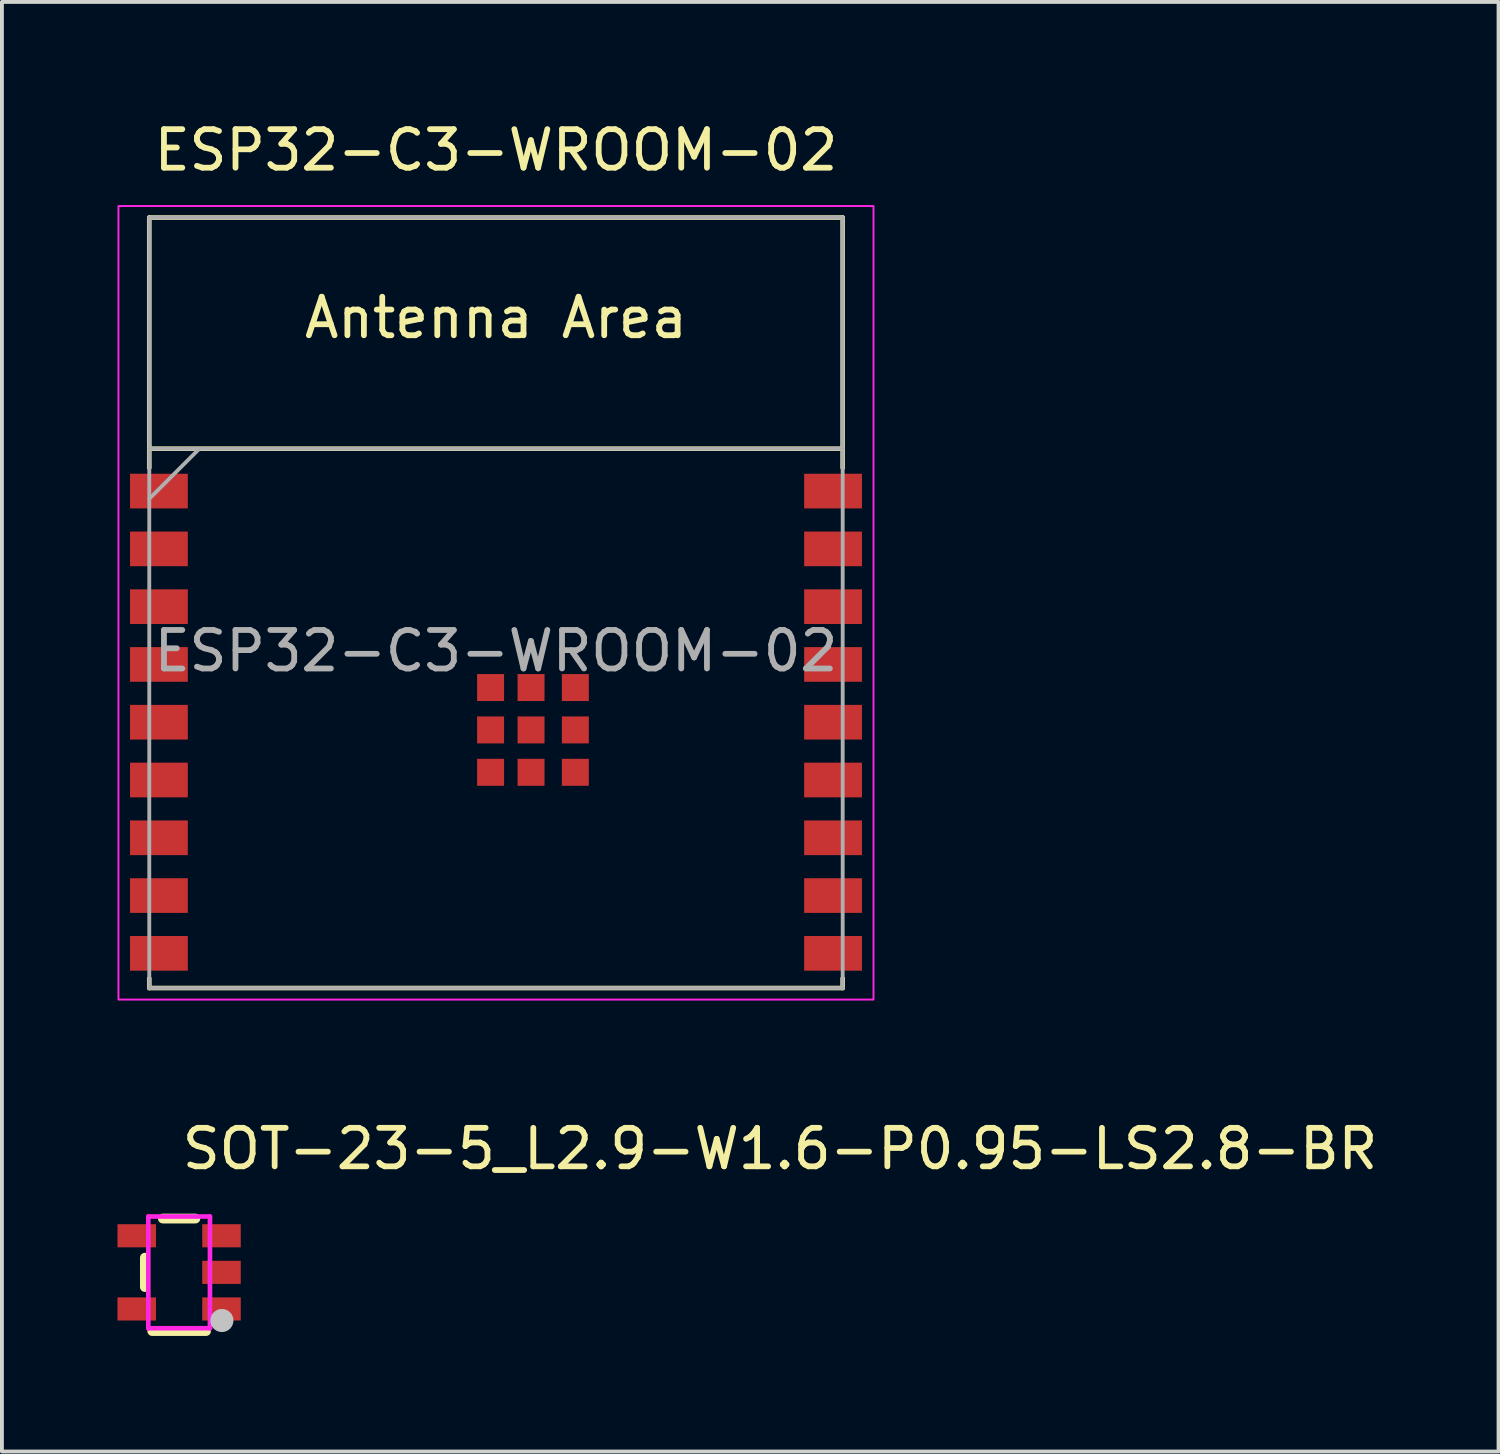
<source format=kicad_pcb>
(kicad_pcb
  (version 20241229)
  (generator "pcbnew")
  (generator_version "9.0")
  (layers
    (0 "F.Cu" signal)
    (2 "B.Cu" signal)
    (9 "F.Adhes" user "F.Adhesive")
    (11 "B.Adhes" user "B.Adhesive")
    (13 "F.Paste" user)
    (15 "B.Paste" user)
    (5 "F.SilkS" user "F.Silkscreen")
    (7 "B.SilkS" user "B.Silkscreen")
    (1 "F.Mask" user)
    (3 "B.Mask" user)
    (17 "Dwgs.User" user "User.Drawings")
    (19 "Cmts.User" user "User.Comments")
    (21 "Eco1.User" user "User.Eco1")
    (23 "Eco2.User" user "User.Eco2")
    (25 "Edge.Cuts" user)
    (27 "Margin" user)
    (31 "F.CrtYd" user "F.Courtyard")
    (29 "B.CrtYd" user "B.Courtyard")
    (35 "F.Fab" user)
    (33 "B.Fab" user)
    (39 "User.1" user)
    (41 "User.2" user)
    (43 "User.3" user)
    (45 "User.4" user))
  (footprint "ESP32-C3-WROOM-02"
    (layer "F.Cu")
    (at 9.825 15.598)
    (property "Reference" "ESP32-C3-WROOM-02" (at 0 -14.75 0) (layer "F.SilkS") (effects (font (size 1 1) (thickness 0.15))))
    (attr smd)
    (fp_line (start -9 -13) (end -9 -6.5) (stroke (width 0.12) (type solid)) (layer "F.SilkS"))
    (fp_line (start -9 -13) (end 9 -13) (stroke (width 0.12) (type solid)) (layer "F.SilkS"))
    (fp_line (start -9 7) (end -9 6.75) (stroke (width 0.12) (type solid)) (layer "F.SilkS"))
    (fp_line (start 9 -13) (end 9 -6.5) (stroke (width 0.12) (type solid)) (layer "F.SilkS"))
    (fp_line (start 9 -7) (end -8.95 -7) (stroke (width 0.12) (type solid)) (layer "F.SilkS"))
    (fp_line (start 9 6.75) (end 9 7) (stroke (width 0.12) (type solid)) (layer "F.SilkS"))
    (fp_line (start 9 7) (end -9 7) (stroke (width 0.12) (type solid)) (layer "F.SilkS"))
    (fp_poly (pts (xy 9.8 7.3) (xy -9.8 7.3) (xy -9.8 -13.3) (xy 9.8 -13.3)) (stroke (width 0.05) (type solid)) (fill no) (layer "F.CrtYd"))
    (fp_line (start -9 -13) (end 9 -13) (stroke (width 0.1) (type solid)) (layer "F.Fab"))
    (fp_line (start -9 -7) (end 9 -7) (stroke (width 0.1) (type solid)) (layer "F.Fab"))
    (fp_line (start -9 7) (end -9 -13) (stroke (width 0.1) (type solid)) (layer "F.Fab"))
    (fp_line (start -7.7 -7) (end -9 -5.7) (stroke (width 0.1) (type solid)) (layer "F.Fab"))
    (fp_line (start 9 -13) (end 9 7) (stroke (width 0.1) (type solid)) (layer "F.Fab"))
    (fp_line (start 9 7) (end -9 7) (stroke (width 0.1) (type solid)) (layer "F.Fab"))
    (fp_text user "Antenna Area" (at 0 -10.4 0) (layer "F.SilkS") (effects (font (size 1 1) (thickness 0.15))))
    (fp_text user "${REFERENCE}" (at 0 -1.75 0) (layer "F.Fab") (effects (font (size 1 1) (thickness 0.15))))
    (pad "1" smd rect (at -8.75 -5.9) (size 1.5 0.9) (layers "F.Cu" "F.Mask" "F.Paste"))
    (pad "2" smd rect (at -8.75 -4.4) (size 1.5 0.9) (layers "F.Cu" "F.Mask" "F.Paste"))
    (pad "3" smd rect (at -8.75 -2.9) (size 1.5 0.9) (layers "F.Cu" "F.Mask" "F.Paste"))
    (pad "4" smd rect (at -8.75 -1.4) (size 1.5 0.9) (layers "F.Cu" "F.Mask" "F.Paste"))
    (pad "5" smd rect (at -8.75 0.1) (size 1.5 0.9) (layers "F.Cu" "F.Mask" "F.Paste"))
    (pad "6" smd rect (at -8.75 1.6) (size 1.5 0.9) (layers "F.Cu" "F.Mask" "F.Paste"))
    (pad "7" smd rect (at -8.75 3.1) (size 1.5 0.9) (layers "F.Cu" "F.Mask" "F.Paste"))
    (pad "8" smd rect (at -8.75 4.6) (size 1.5 0.9) (layers "F.Cu" "F.Mask" "F.Paste"))
    (pad "9" smd rect (at -8.75 6.1) (size 1.5 0.9) (layers "F.Cu" "F.Mask" "F.Paste"))
    (pad "10" smd rect (at 8.75 6.1 180) (size 1.5 0.9) (layers "F.Cu" "F.Mask" "F.Paste"))
    (pad "11" smd rect (at 8.75 4.6 180) (size 1.5 0.9) (layers "F.Cu" "F.Mask" "F.Paste"))
    (pad "12" smd rect (at 8.75 3.1 180) (size 1.5 0.9) (layers "F.Cu" "F.Mask" "F.Paste"))
    (pad "13" smd rect (at 8.75 1.6 180) (size 1.5 0.9) (layers "F.Cu" "F.Mask" "F.Paste"))
    (pad "14" smd rect (at 8.75 0.1 180) (size 1.5 0.9) (layers "F.Cu" "F.Mask" "F.Paste"))
    (pad "15" smd rect (at 8.75 -1.4 180) (size 1.5 0.9) (layers "F.Cu" "F.Mask" "F.Paste"))
    (pad "16" smd rect (at 8.75 -2.9 180) (size 1.5 0.9) (layers "F.Cu" "F.Mask" "F.Paste"))
    (pad "17" smd rect (at 8.75 -4.4 180) (size 1.5 0.9) (layers "F.Cu" "F.Mask" "F.Paste"))
    (pad "18" smd rect (at 8.75 -5.9 180) (size 1.5 0.9) (layers "F.Cu" "F.Mask" "F.Paste"))
    (pad "19" smd rect (at -0.14 -0.8 180) (size 0.7 0.7) (layers "F.Cu" "F.Mask" "F.Paste"))
    (pad "19" smd rect (at -0.14 0.3 180) (size 0.7 0.7) (layers "F.Cu" "F.Mask" "F.Paste"))
    (pad "19" smd rect (at -0.14 1.4 180) (size 0.7 0.7) (layers "F.Cu" "F.Mask" "F.Paste"))
    (pad "19" smd rect (at 0.91 -0.8 180) (size 0.7 0.7) (layers "F.Cu" "F.Mask" "F.Paste"))
    (pad "19" smd rect (at 0.91 0.3 180) (size 0.7 0.7) (layers "F.Cu" "F.Mask" "F.Paste"))
    (pad "19" smd rect (at 0.91 1.4 180) (size 0.7 0.7) (layers "F.Cu" "F.Mask" "F.Paste"))
    (pad "19" smd rect (at 2.06 -0.8 180) (size 0.7 0.7) (layers "F.Cu" "F.Mask" "F.Paste"))
    (pad "19" smd rect (at 2.06 0.3 180) (size 0.7 0.7) (layers "F.Cu" "F.Mask" "F.Paste"))
    (pad "19" smd rect (at 2.06 1.4 180) (size 0.7 0.7) (layers "F.Cu" "F.Mask" "F.Paste"))
    (zone (net_name "") (layers "F.Cu" "B.Cu") (name "antenna keepout") (hatch edge 0.508) (connect_pads) (min_thickness 0.254) (filled_areas_thickness no) (keepout (tracks not_allowed) (vias not_allowed) (pads not_allowed) (copperpour not_allowed) (footprints not_allowed)) (placement (enabled no)) (fill) (polygon (pts (xy 18.825 8.598) (xy 0.825 8.598) (xy 0.825 2.598) (xy 18.825 2.598)))))
  (footprint "SOT-23-5_L2.9-W1.6-P0.95-LS2.8-BR"
    (layer "F.Cu")
    (at 1.6 29.979)
    (property "Reference" "SOT-23-5_L2.9-W1.6-P0.95-LS2.8-BR" (at 0 -3.207 0) (layer "F.SilkS") (effects (font (size 1 1) (thickness 0.15)) (justify left)))
    (attr through_hole)
    (fp_line (start -0.889 0.381) (end -0.889 -0.381) (stroke (width 0.254) (type solid)) (layer "F.SilkS"))
    (fp_line (start -0.698 1.524) (end 0.698 1.524) (stroke (width 0.254) (type solid)) (layer "F.SilkS"))
    (fp_line (start -0.422 -1.397) (end 0.422 -1.397) (stroke (width 0.254) (type solid)) (layer "F.SilkS"))
    (fp_circle (center 1.11 1.25) (end 1.26 1.25) (stroke (width 0.3) (type solid)) (fill no) (layer "Dwgs.User"))
    (fp_line (start -0.96 -1.15) (end -0.79 -1.15) (stroke (width 0.12) (type solid)) (layer "Eco2.User"))
    (fp_line (start -0.96 -0.75) (end -0.96 -1.15) (stroke (width 0.12) (type solid)) (layer "Eco2.User"))
    (fp_line (start -0.96 0.75) (end -0.79 0.75) (stroke (width 0.12) (type solid)) (layer "Eco2.User"))
    (fp_line (start -0.96 1.15) (end -0.96 0.75) (stroke (width 0.12) (type solid)) (layer "Eco2.User"))
    (fp_line (start -0.79 -1.15) (end -0.79 -0.75) (stroke (width 0.12) (type solid)) (layer "Eco2.User"))
    (fp_line (start -0.79 -0.75) (end -0.96 -0.75) (stroke (width 0.12) (type solid)) (layer "Eco2.User"))
    (fp_line (start -0.79 0.75) (end -0.79 1.15) (stroke (width 0.12) (type solid)) (layer "Eco2.User"))
    (fp_line (start -0.79 1.15) (end -0.96 1.15) (stroke (width 0.12) (type solid)) (layer "Eco2.User"))
    (fp_line (start 0.79 -1.15) (end 0.96 -1.15) (stroke (width 0.12) (type solid)) (layer "Eco2.User"))
    (fp_line (start 0.79 -0.75) (end 0.79 -1.15) (stroke (width 0.12) (type solid)) (layer "Eco2.User"))
    (fp_line (start 0.79 -0.2) (end 0.96 -0.2) (stroke (width 0.12) (type solid)) (layer "Eco2.User"))
    (fp_line (start 0.79 0.2) (end 0.79 -0.2) (stroke (width 0.12) (type solid)) (layer "Eco2.User"))
    (fp_line (start 0.79 0.75) (end 0.96 0.75) (stroke (width 0.12) (type solid)) (layer "Eco2.User"))
    (fp_line (start 0.79 1.15) (end 0.79 0.75) (stroke (width 0.12) (type solid)) (layer "Eco2.User"))
    (fp_line (start 0.96 -1.15) (end 0.96 -0.75) (stroke (width 0.12) (type solid)) (layer "Eco2.User"))
    (fp_line (start 0.96 -0.75) (end 0.79 -0.75) (stroke (width 0.12) (type solid)) (layer "Eco2.User"))
    (fp_line (start 0.96 -0.2) (end 0.96 0.2) (stroke (width 0.12) (type solid)) (layer "Eco2.User"))
    (fp_line (start 0.96 0.2) (end 0.79 0.2) (stroke (width 0.12) (type solid)) (layer "Eco2.User"))
    (fp_line (start 0.96 0.75) (end 0.96 1.15) (stroke (width 0.12) (type solid)) (layer "Eco2.User"))
    (fp_line (start 0.96 1.15) (end 0.79 1.15) (stroke (width 0.12) (type solid)) (layer "Eco2.User"))
    (fp_circle (center 1.4 1.45) (end 1.43 1.45) (stroke (width 0.06) (type solid)) (fill no) (layer "Eco2.User"))
    (fp_poly (pts (xy -0.95 -0.75) (xy -1.4 -0.75) (xy -1.4 -1.15) (xy -0.95 -1.15)) (stroke (width 0.12) (type solid)) (fill no) (layer "Eco2.User"))
    (fp_poly (pts (xy -0.95 1.15) (xy -1.4 1.15) (xy -1.4 0.75) (xy -0.95 0.75)) (stroke (width 0.12) (type solid)) (fill no) (layer "Eco2.User"))
    (fp_poly (pts (xy 1.4 -0.75) (xy 0.95 -0.75) (xy 0.95 -1.15) (xy 1.4 -1.15)) (stroke (width 0.12) (type solid)) (fill no) (layer "Eco2.User"))
    (fp_poly (pts (xy 1.4 0.2) (xy 0.95 0.2) (xy 0.95 -0.2) (xy 1.4 -0.2)) (stroke (width 0.12) (type solid)) (fill no) (layer "Eco2.User"))
    (fp_poly (pts (xy 1.4 1.15) (xy 0.95 1.15) (xy 0.95 0.75) (xy 1.4 0.75)) (stroke (width 0.12) (type solid)) (fill no) (layer "Eco2.User"))
    (fp_line (start -0.8 -1.45) (end 0.8 -1.45) (stroke (width 0.12) (type solid)) (layer "F.CrtYd"))
    (fp_line (start -0.8 1.45) (end -0.8 -1.45) (stroke (width 0.12) (type solid)) (layer "F.CrtYd"))
    (fp_line (start 0.8 -1.45) (end 0.8 1.45) (stroke (width 0.12) (type solid)) (layer "F.CrtYd"))
    (fp_line (start 0.8 1.45) (end -0.8 1.45) (stroke (width 0.12) (type solid)) (layer "F.CrtYd"))
    (pad "1" smd rect (at 1.1 0.95 90) (size 0.6 1) (layers "F.Cu" "F.Mask" "F.Paste"))
    (pad "2" smd rect (at 1.1 0 90) (size 0.6 1) (layers "F.Cu" "F.Mask" "F.Paste"))
    (pad "3" smd rect (at 1.1 -0.95 90) (size 0.6 1) (layers "F.Cu" "F.Mask" "F.Paste"))
    (pad "4" smd rect (at -1.1 -0.95 90) (size 0.6 1) (layers "F.Cu" "F.Mask" "F.Paste"))
    (pad "5" smd rect (at -1.1 0.95 90) (size 0.6 1) (layers "F.Cu" "F.Mask" "F.Paste")))
  (gr_rect
    (start -3 -3)
    (end 35.85 34.63)
    (stroke (width 0.1) (type default))
    (fill no)
    (layer "Edge.Cuts")))
</source>
